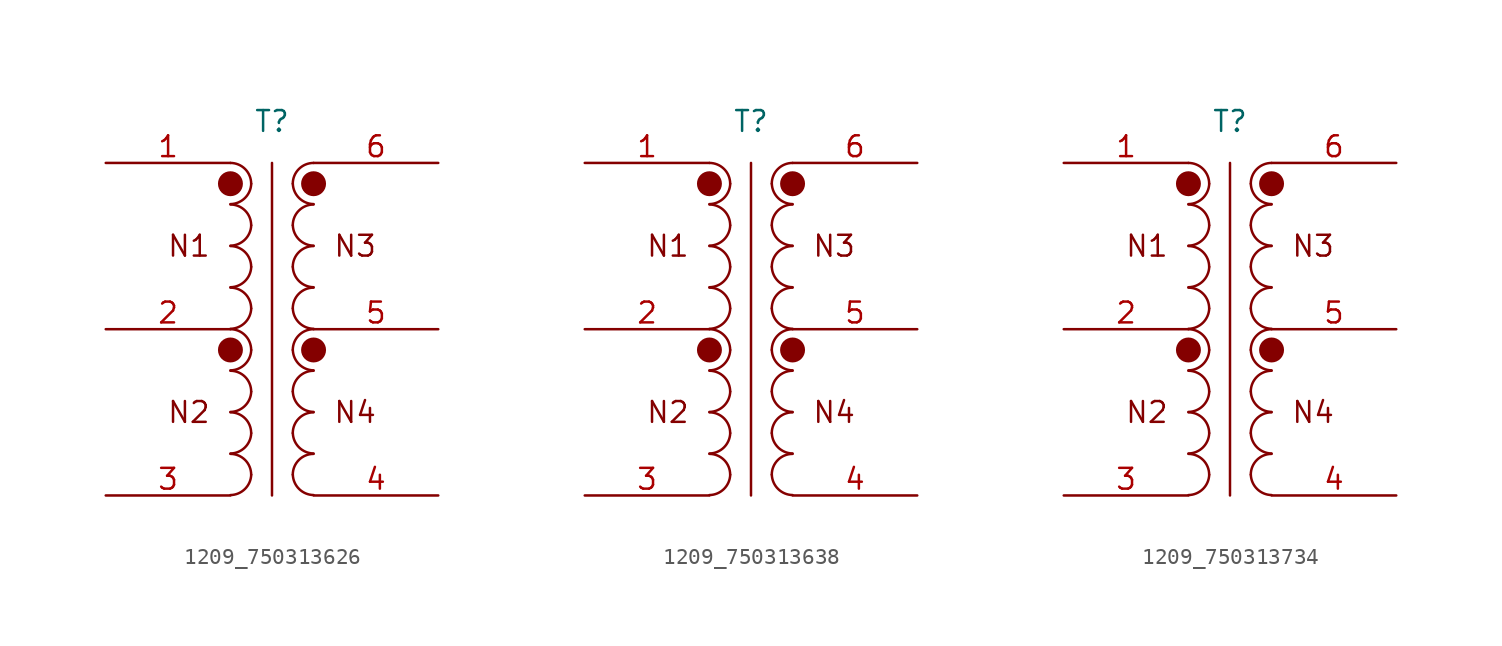
<source format=kicad_sym>
(kicad_symbol_lib
  (version 20220914)
  (generator kicad_symbol_editor)
  (symbol "1209_750313626"
    (pin_names hide)
    (property "Reference" "T"
      (at 0 12.7 0)
      (effects (font (size 1.27 1.27))))
    (property "Critical Parameter" ""
      (at 0 -5.08 0)
      (effects (font (size 1.27 1.27)) (justify left)))
    (symbol "1209_750313626_0_1"
      (arc (start -2.54 -10.1346) (mid -1.6561 -9.7663) (end -1.27 -8.89) (stroke (width 0) (type default)) (fill (type none)))
      (arc (start -2.54 -7.5946) (mid -1.6561 -7.2263) (end -1.27 -6.35) (stroke (width 0) (type default)) (fill (type none)))
      (arc (start -2.54 -5.0546) (mid -1.6561 -4.6863) (end -1.27 -3.81) (stroke (width 0) (type default)) (fill (type none)))
      (arc (start -2.54 -2.5146) (mid -1.6561 -2.1463) (end -1.27 -1.27) (stroke (width 0) (type default)) (fill (type none)))
      (arc (start -2.54 0.0254) (mid -1.6561 0.3937) (end -1.27 1.27) (stroke (width 0) (type default)) (fill (type none)))
      (arc (start -2.54 2.5654) (mid -1.6561 2.9337) (end -1.27 3.81) (stroke (width 0) (type default)) (fill (type none)))
      (arc (start -2.54 5.1054) (mid -1.6561 5.4737) (end -1.27 6.35) (stroke (width 0) (type default)) (fill (type none)))
      (arc (start -2.54 7.6454) (mid -1.6561 8.0137) (end -1.27 8.89) (stroke (width 0) (type default)) (fill (type none)))
      (arc (start -1.27 -8.89) (mid -1.642 -7.992) (end -2.54 -7.62) (stroke (width 0) (type default)) (fill (type none)))
      (arc (start -1.27 -6.35) (mid -1.642 -5.452) (end -2.54 -5.08) (stroke (width 0) (type default)) (fill (type none)))
      (arc (start -1.27 -3.81) (mid -1.642 -2.912) (end -2.54 -2.54) (stroke (width 0) (type default)) (fill (type none)))
      (arc (start -1.27 -1.27) (mid -1.642 -0.372) (end -2.54 0) (stroke (width 0) (type default)) (fill (type none)))
      (arc (start -1.27 1.27) (mid -1.642 2.168) (end -2.54 2.54) (stroke (width 0) (type default)) (fill (type none)))
      (arc (start -1.27 3.81) (mid -1.642 4.708) (end -2.54 5.08) (stroke (width 0) (type default)) (fill (type none)))
      (arc (start -1.27 6.35) (mid -1.642 7.248) (end -2.54 7.62) (stroke (width 0) (type default)) (fill (type none)))
      (arc (start -1.27 8.89) (mid -1.642 9.788) (end -2.54 10.16) (stroke (width 0) (type default)) (fill (type none)))
      (polyline (pts (xy 0 -10.16) (xy 0 10.16)) (stroke (width 0) (type default)) (fill (type none)))
      (arc (start 1.27 -8.89) (mid 1.6561 -9.7663) (end 2.54 -10.1346) (stroke (width 0) (type default)) (fill (type none)))
      (arc (start 1.27 -6.35) (mid 1.6561 -7.2263) (end 2.54 -7.5946) (stroke (width 0) (type default)) (fill (type none)))
      (arc (start 1.27 -3.81) (mid 1.6561 -4.6863) (end 2.54 -5.0546) (stroke (width 0) (type default)) (fill (type none)))
      (arc (start 1.27 -1.27) (mid 1.6561 -2.1463) (end 2.54 -2.5146) (stroke (width 0) (type default)) (fill (type none)))
      (arc (start 1.27 1.27) (mid 1.6561 0.3937) (end 2.54 0.0254) (stroke (width 0) (type default)) (fill (type none)))
      (arc (start 1.27 3.81) (mid 1.6561 2.9337) (end 2.54 2.5654) (stroke (width 0) (type default)) (fill (type none)))
      (arc (start 1.27 6.35) (mid 1.6561 5.4737) (end 2.54 5.1054) (stroke (width 0) (type default)) (fill (type none)))
      (arc (start 1.27 8.89) (mid 1.6561 8.0137) (end 2.54 7.6454) (stroke (width 0) (type default)) (fill (type none)))
      (arc (start 2.54 -7.62) (mid 1.642 -7.992) (end 1.27 -8.89) (stroke (width 0) (type default)) (fill (type none)))
      (arc (start 2.54 -5.08) (mid 1.642 -5.452) (end 1.27 -6.35) (stroke (width 0) (type default)) (fill (type none)))
      (arc (start 2.54 -2.54) (mid 1.642 -2.912) (end 1.27 -3.81) (stroke (width 0) (type default)) (fill (type none)))
      (arc (start 2.54 0) (mid 1.642 -0.372) (end 1.27 -1.27) (stroke (width 0) (type default)) (fill (type none)))
      (arc (start 2.54 2.54) (mid 1.642 2.168) (end 1.27 1.27) (stroke (width 0) (type default)) (fill (type none)))
      (arc (start 2.54 5.08) (mid 1.642 4.708) (end 1.27 3.81) (stroke (width 0) (type default)) (fill (type none)))
      (arc (start 2.54 7.62) (mid 1.642 7.248) (end 1.27 6.35) (stroke (width 0) (type default)) (fill (type none)))
      (arc (start 2.54 10.16) (mid 1.642 9.788) (end 1.27 8.89) (stroke (width 0) (type default)) (fill (type none))))
    (symbol "1209_750313626_1_1"
      (circle (center -2.54 -1.27) (radius 0.0001) (stroke (width 0.762) (type default)) (fill (type none)))
      (circle (center -2.54 8.89) (radius 0.0001) (stroke (width 0.762) (type default)) (fill (type none)))
      (circle (center 2.54 -1.27) (radius 0.0001) (stroke (width 0.762) (type default)) (fill (type none)))
      (circle (center 2.54 8.89) (radius 0.0001) (stroke (width 0.762) (type default)) (fill (type none)))
      (text "N1" (at -5.08 5.08 0) (effects (font (size 1.27 1.27))))
      (text "N2" (at -5.08 -5.08 0) (effects (font (size 1.27 1.27))))
      (text "N3" (at 5.08 5.08 0) (effects (font (size 1.27 1.27))))
      (text "N4" (at 5.08 -5.08 0) (effects (font (size 1.27 1.27))))
      (pin passive line (at -10.16 10.16 0) (length 7.62) (name "1" (effects (font (size 1.27 1.27)))) (number "1" (effects (font (size 1.27 1.27)))))
      (pin passive line (at -10.16 0 0) (length 7.62) (name "2" (effects (font (size 1.27 1.27)))) (number "2" (effects (font (size 1.27 1.27)))))
      (pin passive line (at -10.16 -10.16 0) (length 7.62) (name "3" (effects (font (size 1.27 1.27)))) (number "3" (effects (font (size 1.27 1.27)))))
      (pin passive line (at 10.16 -10.16 180) (length 7.62) (name "4" (effects (font (size 1.27 1.27)))) (number "4" (effects (font (size 1.27 1.27)))))
      (pin passive line (at 10.16 0 180) (length 7.62) (name "5" (effects (font (size 1.27 1.27)))) (number "5" (effects (font (size 1.27 1.27)))))
      (pin passive line (at 10.16 10.16 180) (length 7.62) (name "6" (effects (font (size 1.27 1.27)))) (number "6" (effects (font (size 1.27 1.27)))))))
  (symbol "1209_750313638"
    (pin_names hide)
    (property "Reference" "T"
      (at 0 12.7 0)
      (effects (font (size 1.27 1.27))))
    (property "Critical Parameter" ""
      (at 0 -5.08 0)
      (effects (font (size 1.27 1.27)) (justify left)))
    (symbol "1209_750313638_0_1"
      (arc (start -2.54 -10.1346) (mid -1.6561 -9.7663) (end -1.27 -8.89) (stroke (width 0) (type default)) (fill (type none)))
      (arc (start -2.54 -7.5946) (mid -1.6561 -7.2263) (end -1.27 -6.35) (stroke (width 0) (type default)) (fill (type none)))
      (arc (start -2.54 -5.0546) (mid -1.6561 -4.6863) (end -1.27 -3.81) (stroke (width 0) (type default)) (fill (type none)))
      (arc (start -2.54 -2.5146) (mid -1.6561 -2.1463) (end -1.27 -1.27) (stroke (width 0) (type default)) (fill (type none)))
      (arc (start -2.54 0.0254) (mid -1.6561 0.3937) (end -1.27 1.27) (stroke (width 0) (type default)) (fill (type none)))
      (arc (start -2.54 2.5654) (mid -1.6561 2.9337) (end -1.27 3.81) (stroke (width 0) (type default)) (fill (type none)))
      (arc (start -2.54 5.1054) (mid -1.6561 5.4737) (end -1.27 6.35) (stroke (width 0) (type default)) (fill (type none)))
      (arc (start -2.54 7.6454) (mid -1.6561 8.0137) (end -1.27 8.89) (stroke (width 0) (type default)) (fill (type none)))
      (arc (start -1.27 -8.89) (mid -1.642 -7.992) (end -2.54 -7.62) (stroke (width 0) (type default)) (fill (type none)))
      (arc (start -1.27 -6.35) (mid -1.642 -5.452) (end -2.54 -5.08) (stroke (width 0) (type default)) (fill (type none)))
      (arc (start -1.27 -3.81) (mid -1.642 -2.912) (end -2.54 -2.54) (stroke (width 0) (type default)) (fill (type none)))
      (arc (start -1.27 -1.27) (mid -1.642 -0.372) (end -2.54 0) (stroke (width 0) (type default)) (fill (type none)))
      (arc (start -1.27 1.27) (mid -1.642 2.168) (end -2.54 2.54) (stroke (width 0) (type default)) (fill (type none)))
      (arc (start -1.27 3.81) (mid -1.642 4.708) (end -2.54 5.08) (stroke (width 0) (type default)) (fill (type none)))
      (arc (start -1.27 6.35) (mid -1.642 7.248) (end -2.54 7.62) (stroke (width 0) (type default)) (fill (type none)))
      (arc (start -1.27 8.89) (mid -1.642 9.788) (end -2.54 10.16) (stroke (width 0) (type default)) (fill (type none)))
      (polyline (pts (xy 0 -10.16) (xy 0 10.16)) (stroke (width 0) (type default)) (fill (type none)))
      (arc (start 1.27 -8.89) (mid 1.6561 -9.7663) (end 2.54 -10.1346) (stroke (width 0) (type default)) (fill (type none)))
      (arc (start 1.27 -6.35) (mid 1.6561 -7.2263) (end 2.54 -7.5946) (stroke (width 0) (type default)) (fill (type none)))
      (arc (start 1.27 -3.81) (mid 1.6561 -4.6863) (end 2.54 -5.0546) (stroke (width 0) (type default)) (fill (type none)))
      (arc (start 1.27 -1.27) (mid 1.6561 -2.1463) (end 2.54 -2.5146) (stroke (width 0) (type default)) (fill (type none)))
      (arc (start 1.27 1.27) (mid 1.6561 0.3937) (end 2.54 0.0254) (stroke (width 0) (type default)) (fill (type none)))
      (arc (start 1.27 3.81) (mid 1.6561 2.9337) (end 2.54 2.5654) (stroke (width 0) (type default)) (fill (type none)))
      (arc (start 1.27 6.35) (mid 1.6561 5.4737) (end 2.54 5.1054) (stroke (width 0) (type default)) (fill (type none)))
      (arc (start 1.27 8.89) (mid 1.6561 8.0137) (end 2.54 7.6454) (stroke (width 0) (type default)) (fill (type none)))
      (arc (start 2.54 -7.62) (mid 1.642 -7.992) (end 1.27 -8.89) (stroke (width 0) (type default)) (fill (type none)))
      (arc (start 2.54 -5.08) (mid 1.642 -5.452) (end 1.27 -6.35) (stroke (width 0) (type default)) (fill (type none)))
      (arc (start 2.54 -2.54) (mid 1.642 -2.912) (end 1.27 -3.81) (stroke (width 0) (type default)) (fill (type none)))
      (arc (start 2.54 0) (mid 1.642 -0.372) (end 1.27 -1.27) (stroke (width 0) (type default)) (fill (type none)))
      (arc (start 2.54 2.54) (mid 1.642 2.168) (end 1.27 1.27) (stroke (width 0) (type default)) (fill (type none)))
      (arc (start 2.54 5.08) (mid 1.642 4.708) (end 1.27 3.81) (stroke (width 0) (type default)) (fill (type none)))
      (arc (start 2.54 7.62) (mid 1.642 7.248) (end 1.27 6.35) (stroke (width 0) (type default)) (fill (type none)))
      (arc (start 2.54 10.16) (mid 1.642 9.788) (end 1.27 8.89) (stroke (width 0) (type default)) (fill (type none))))
    (symbol "1209_750313638_1_1"
      (circle (center -2.54 -1.27) (radius 0.0001) (stroke (width 0.762) (type default)) (fill (type none)))
      (circle (center -2.54 8.89) (radius 0.0001) (stroke (width 0.762) (type default)) (fill (type none)))
      (circle (center 2.54 -1.27) (radius 0.0001) (stroke (width 0.762) (type default)) (fill (type none)))
      (circle (center 2.54 8.89) (radius 0.0001) (stroke (width 0.762) (type default)) (fill (type none)))
      (text "N1" (at -5.08 5.08 0) (effects (font (size 1.27 1.27))))
      (text "N2" (at -5.08 -5.08 0) (effects (font (size 1.27 1.27))))
      (text "N3" (at 5.08 5.08 0) (effects (font (size 1.27 1.27))))
      (text "N4" (at 5.08 -5.08 0) (effects (font (size 1.27 1.27))))
      (pin passive line (at -10.16 10.16 0) (length 7.62) (name "1" (effects (font (size 1.27 1.27)))) (number "1" (effects (font (size 1.27 1.27)))))
      (pin passive line (at -10.16 0 0) (length 7.62) (name "2" (effects (font (size 1.27 1.27)))) (number "2" (effects (font (size 1.27 1.27)))))
      (pin passive line (at -10.16 -10.16 0) (length 7.62) (name "3" (effects (font (size 1.27 1.27)))) (number "3" (effects (font (size 1.27 1.27)))))
      (pin passive line (at 10.16 -10.16 180) (length 7.62) (name "4" (effects (font (size 1.27 1.27)))) (number "4" (effects (font (size 1.27 1.27)))))
      (pin passive line (at 10.16 0 180) (length 7.62) (name "5" (effects (font (size 1.27 1.27)))) (number "5" (effects (font (size 1.27 1.27)))))
      (pin passive line (at 10.16 10.16 180) (length 7.62) (name "6" (effects (font (size 1.27 1.27)))) (number "6" (effects (font (size 1.27 1.27)))))))
  (symbol "1209_750313734"
    (pin_names hide)
    (property "Reference" "T"
      (at 0 12.7 0)
      (effects (font (size 1.27 1.27))))
    (property "Critical Parameter" ""
      (at 0 -5.08 0)
      (effects (font (size 1.27 1.27)) (justify left)))
    (symbol "1209_750313734_0_1"
      (arc (start -2.54 -10.1346) (mid -1.6561 -9.7663) (end -1.27 -8.89) (stroke (width 0) (type default)) (fill (type none)))
      (arc (start -2.54 -7.5946) (mid -1.6561 -7.2263) (end -1.27 -6.35) (stroke (width 0) (type default)) (fill (type none)))
      (arc (start -2.54 -5.0546) (mid -1.6561 -4.6863) (end -1.27 -3.81) (stroke (width 0) (type default)) (fill (type none)))
      (arc (start -2.54 -2.5146) (mid -1.6561 -2.1463) (end -1.27 -1.27) (stroke (width 0) (type default)) (fill (type none)))
      (arc (start -2.54 0.0254) (mid -1.6561 0.3937) (end -1.27 1.27) (stroke (width 0) (type default)) (fill (type none)))
      (arc (start -2.54 2.5654) (mid -1.6561 2.9337) (end -1.27 3.81) (stroke (width 0) (type default)) (fill (type none)))
      (arc (start -2.54 5.1054) (mid -1.6561 5.4737) (end -1.27 6.35) (stroke (width 0) (type default)) (fill (type none)))
      (arc (start -2.54 7.6454) (mid -1.6561 8.0137) (end -1.27 8.89) (stroke (width 0) (type default)) (fill (type none)))
      (arc (start -1.27 -8.89) (mid -1.642 -7.992) (end -2.54 -7.62) (stroke (width 0) (type default)) (fill (type none)))
      (arc (start -1.27 -6.35) (mid -1.642 -5.452) (end -2.54 -5.08) (stroke (width 0) (type default)) (fill (type none)))
      (arc (start -1.27 -3.81) (mid -1.642 -2.912) (end -2.54 -2.54) (stroke (width 0) (type default)) (fill (type none)))
      (arc (start -1.27 -1.27) (mid -1.642 -0.372) (end -2.54 0) (stroke (width 0) (type default)) (fill (type none)))
      (arc (start -1.27 1.27) (mid -1.642 2.168) (end -2.54 2.54) (stroke (width 0) (type default)) (fill (type none)))
      (arc (start -1.27 3.81) (mid -1.642 4.708) (end -2.54 5.08) (stroke (width 0) (type default)) (fill (type none)))
      (arc (start -1.27 6.35) (mid -1.642 7.248) (end -2.54 7.62) (stroke (width 0) (type default)) (fill (type none)))
      (arc (start -1.27 8.89) (mid -1.642 9.788) (end -2.54 10.16) (stroke (width 0) (type default)) (fill (type none)))
      (polyline (pts (xy 0 -10.16) (xy 0 10.16)) (stroke (width 0) (type default)) (fill (type none)))
      (arc (start 1.27 -8.89) (mid 1.6561 -9.7663) (end 2.54 -10.1346) (stroke (width 0) (type default)) (fill (type none)))
      (arc (start 1.27 -6.35) (mid 1.6561 -7.2263) (end 2.54 -7.5946) (stroke (width 0) (type default)) (fill (type none)))
      (arc (start 1.27 -3.81) (mid 1.6561 -4.6863) (end 2.54 -5.0546) (stroke (width 0) (type default)) (fill (type none)))
      (arc (start 1.27 -1.27) (mid 1.6561 -2.1463) (end 2.54 -2.5146) (stroke (width 0) (type default)) (fill (type none)))
      (arc (start 1.27 1.27) (mid 1.6561 0.3937) (end 2.54 0.0254) (stroke (width 0) (type default)) (fill (type none)))
      (arc (start 1.27 3.81) (mid 1.6561 2.9337) (end 2.54 2.5654) (stroke (width 0) (type default)) (fill (type none)))
      (arc (start 1.27 6.35) (mid 1.6561 5.4737) (end 2.54 5.1054) (stroke (width 0) (type default)) (fill (type none)))
      (arc (start 1.27 8.89) (mid 1.6561 8.0137) (end 2.54 7.6454) (stroke (width 0) (type default)) (fill (type none)))
      (arc (start 2.54 -7.62) (mid 1.642 -7.992) (end 1.27 -8.89) (stroke (width 0) (type default)) (fill (type none)))
      (arc (start 2.54 -5.08) (mid 1.642 -5.452) (end 1.27 -6.35) (stroke (width 0) (type default)) (fill (type none)))
      (arc (start 2.54 -2.54) (mid 1.642 -2.912) (end 1.27 -3.81) (stroke (width 0) (type default)) (fill (type none)))
      (arc (start 2.54 0) (mid 1.642 -0.372) (end 1.27 -1.27) (stroke (width 0) (type default)) (fill (type none)))
      (arc (start 2.54 2.54) (mid 1.642 2.168) (end 1.27 1.27) (stroke (width 0) (type default)) (fill (type none)))
      (arc (start 2.54 5.08) (mid 1.642 4.708) (end 1.27 3.81) (stroke (width 0) (type default)) (fill (type none)))
      (arc (start 2.54 7.62) (mid 1.642 7.248) (end 1.27 6.35) (stroke (width 0) (type default)) (fill (type none)))
      (arc (start 2.54 10.16) (mid 1.642 9.788) (end 1.27 8.89) (stroke (width 0) (type default)) (fill (type none))))
    (symbol "1209_750313734_1_1"
      (circle (center -2.54 -1.27) (radius 0.0001) (stroke (width 0.762) (type default)) (fill (type none)))
      (circle (center -2.54 8.89) (radius 0.0001) (stroke (width 0.762) (type default)) (fill (type none)))
      (circle (center 2.54 -1.27) (radius 0.0001) (stroke (width 0.762) (type default)) (fill (type none)))
      (circle (center 2.54 8.89) (radius 0.0001) (stroke (width 0.762) (type default)) (fill (type none)))
      (text "N1" (at -5.08 5.08 0) (effects (font (size 1.27 1.27))))
      (text "N2" (at -5.08 -5.08 0) (effects (font (size 1.27 1.27))))
      (text "N3" (at 5.08 5.08 0) (effects (font (size 1.27 1.27))))
      (text "N4" (at 5.08 -5.08 0) (effects (font (size 1.27 1.27))))
      (pin passive line (at -10.16 10.16 0) (length 7.62) (name "1" (effects (font (size 1.27 1.27)))) (number "1" (effects (font (size 1.27 1.27)))))
      (pin passive line (at -10.16 0 0) (length 7.62) (name "2" (effects (font (size 1.27 1.27)))) (number "2" (effects (font (size 1.27 1.27)))))
      (pin passive line (at -10.16 -10.16 0) (length 7.62) (name "3" (effects (font (size 1.27 1.27)))) (number "3" (effects (font (size 1.27 1.27)))))
      (pin passive line (at 10.16 -10.16 180) (length 7.62) (name "4" (effects (font (size 1.27 1.27)))) (number "4" (effects (font (size 1.27 1.27)))))
      (pin passive line (at 10.16 0 180) (length 7.62) (name "5" (effects (font (size 1.27 1.27)))) (number "5" (effects (font (size 1.27 1.27)))))
      (pin passive line (at 10.16 10.16 180) (length 7.62) (name "6" (effects (font (size 1.27 1.27)))) (number "6" (effects (font (size 1.27 1.27))))))))
</source>
